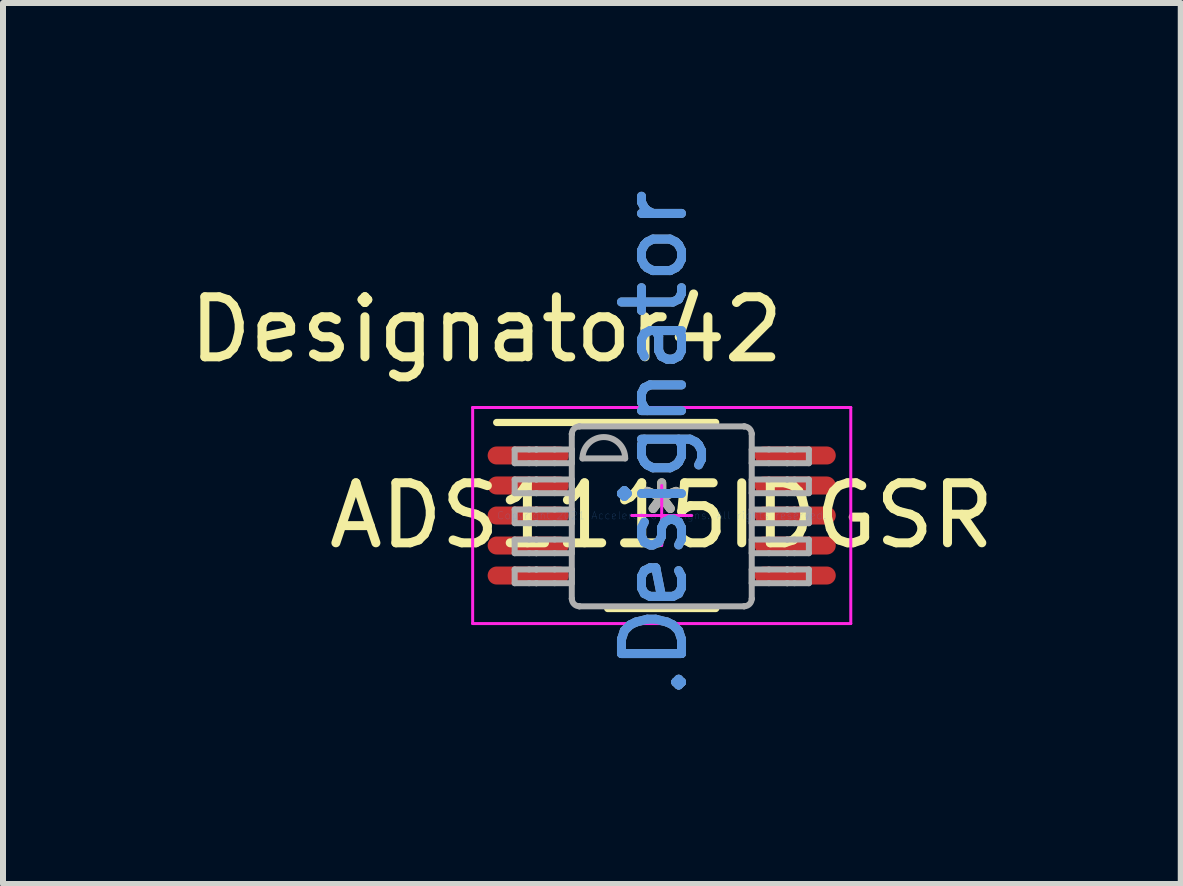
<source format=kicad_pcb>
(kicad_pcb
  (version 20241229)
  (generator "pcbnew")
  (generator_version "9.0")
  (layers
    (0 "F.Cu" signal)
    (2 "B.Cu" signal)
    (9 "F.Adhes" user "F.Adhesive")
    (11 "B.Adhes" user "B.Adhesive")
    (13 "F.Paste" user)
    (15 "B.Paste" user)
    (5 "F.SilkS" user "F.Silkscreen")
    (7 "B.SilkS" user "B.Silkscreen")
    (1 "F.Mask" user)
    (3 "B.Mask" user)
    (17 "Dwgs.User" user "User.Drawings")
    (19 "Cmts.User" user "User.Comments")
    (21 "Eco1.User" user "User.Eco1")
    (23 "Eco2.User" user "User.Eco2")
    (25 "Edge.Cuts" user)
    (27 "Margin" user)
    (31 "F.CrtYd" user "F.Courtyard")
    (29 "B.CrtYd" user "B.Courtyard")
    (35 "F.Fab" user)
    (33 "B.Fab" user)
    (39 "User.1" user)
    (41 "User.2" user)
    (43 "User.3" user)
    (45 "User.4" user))
  (footprint "ADS1115IDGSR"
    (layer "F.Cu")
    (at 7.975 5.539)
    (property "Reference" "ADS1115IDGSR" (at 0 0 0) (layer "F.SilkS") (effects (font (size 1 1) (thickness 0.15))))
    (attr through_hole)
    (fp_line (start -2.75 -1.55) (end 0.9 -1.55) (stroke (width 0.12) (type solid)) (layer "F.SilkS"))
    (fp_line (start -0.9 1.55) (end 0.9 1.55) (stroke (width 0.12) (type solid)) (layer "F.SilkS"))
    (fp_line (start -3.15 -1.8) (end 3.15 -1.8) (stroke (width 0.05) (type solid)) (layer "F.CrtYd"))
    (fp_line (start -3.15 1.8) (end -3.15 -1.8) (stroke (width 0.05) (type solid)) (layer "F.CrtYd"))
    (fp_line (start -3.15 1.8) (end 3.15 1.8) (stroke (width 0.05) (type solid)) (layer "F.CrtYd"))
    (fp_line (start -0.5 0) (end 0.5 0) (stroke (width 0.05) (type solid)) (layer "F.CrtYd"))
    (fp_line (start -0.000003 0.5) (end -0.000003 -0.5) (stroke (width 0.05) (type solid)) (layer "F.CrtYd"))
    (fp_line (start 3.15 1.8) (end 3.15 -1.8) (stroke (width 0.05) (type solid)) (layer "F.CrtYd"))
    (fp_line (start -2.45 -1.1) (end -2.21 -1.1) (stroke (width 0.1) (type solid)) (layer "F.Fab"))
    (fp_line (start -2.45 -0.871) (end -2.45 -1.1) (stroke (width 0.1) (type solid)) (layer "F.Fab"))
    (fp_line (start -2.45 -0.871) (end -2.21 -0.871) (stroke (width 0.1) (type solid)) (layer "F.Fab"))
    (fp_line (start -2.45 -0.6) (end -2.21 -0.6) (stroke (width 0.1) (type solid)) (layer "F.Fab"))
    (fp_line (start -2.45 -0.372) (end -2.45 -0.6) (stroke (width 0.1) (type solid)) (layer "F.Fab"))
    (fp_line (start -2.45 -0.372) (end -2.21 -0.372) (stroke (width 0.1) (type solid)) (layer "F.Fab"))
    (fp_line (start -2.45 -0.1) (end -2.21 -0.1) (stroke (width 0.1) (type solid)) (layer "F.Fab"))
    (fp_line (start -2.45 0.128) (end -2.45 -0.1) (stroke (width 0.1) (type solid)) (layer "F.Fab"))
    (fp_line (start -2.45 0.128) (end -2.21 0.128) (stroke (width 0.1) (type solid)) (layer "F.Fab"))
    (fp_line (start -2.45 0.4) (end -2.21 0.4) (stroke (width 0.1) (type solid)) (layer "F.Fab"))
    (fp_line (start -2.45 0.628) (end -2.45 0.4) (stroke (width 0.1) (type solid)) (layer "F.Fab"))
    (fp_line (start -2.45 0.628) (end -2.21 0.628) (stroke (width 0.1) (type solid)) (layer "F.Fab"))
    (fp_line (start -2.45 0.899) (end -2.21 0.899) (stroke (width 0.1) (type solid)) (layer "F.Fab"))
    (fp_line (start -2.45 1.128) (end -2.45 0.899) (stroke (width 0.1) (type solid)) (layer "F.Fab"))
    (fp_line (start -2.45 1.128) (end -2.21 1.128) (stroke (width 0.1) (type solid)) (layer "F.Fab"))
    (fp_line (start -2.21 -1.1) (end -2.09 -1.1) (stroke (width 0.1) (type solid)) (layer "F.Fab"))
    (fp_line (start -2.21 -0.871) (end -2.09 -0.871) (stroke (width 0.1) (type solid)) (layer "F.Fab"))
    (fp_line (start -2.21 -0.6) (end -2.09 -0.6) (stroke (width 0.1) (type solid)) (layer "F.Fab"))
    (fp_line (start -2.21 -0.372) (end -2.09 -0.372) (stroke (width 0.1) (type solid)) (layer "F.Fab"))
    (fp_line (start -2.21 -0.1) (end -2.09 -0.1) (stroke (width 0.1) (type solid)) (layer "F.Fab"))
    (fp_line (start -2.21 0.128) (end -2.09 0.128) (stroke (width 0.1) (type solid)) (layer "F.Fab"))
    (fp_line (start -2.21 0.4) (end -2.09 0.4) (stroke (width 0.1) (type solid)) (layer "F.Fab"))
    (fp_line (start -2.21 0.628) (end -2.09 0.628) (stroke (width 0.1) (type solid)) (layer "F.Fab"))
    (fp_line (start -2.21 0.899) (end -2.09 0.899) (stroke (width 0.1) (type solid)) (layer "F.Fab"))
    (fp_line (start -2.21 1.128) (end -2.09 1.128) (stroke (width 0.1) (type solid)) (layer "F.Fab"))
    (fp_line (start -2.09 -1.1) (end -2.087 -1.1) (stroke (width 0.1) (type solid)) (layer "F.Fab"))
    (fp_line (start -2.09 -0.871) (end -2.087 -0.871) (stroke (width 0.1) (type solid)) (layer "F.Fab"))
    (fp_line (start -2.09 -0.6) (end -2.087 -0.6) (stroke (width 0.1) (type solid)) (layer "F.Fab"))
    (fp_line (start -2.09 -0.372) (end -2.087 -0.372) (stroke (width 0.1) (type solid)) (layer "F.Fab"))
    (fp_line (start -2.09 -0.1) (end -2.087 -0.1) (stroke (width 0.1) (type solid)) (layer "F.Fab"))
    (fp_line (start -2.09 0.128) (end -2.087 0.128) (stroke (width 0.1) (type solid)) (layer "F.Fab"))
    (fp_line (start -2.09 0.4) (end -2.087 0.4) (stroke (width 0.1) (type solid)) (layer "F.Fab"))
    (fp_line (start -2.09 0.628) (end -2.087 0.628) (stroke (width 0.1) (type solid)) (layer "F.Fab"))
    (fp_line (start -2.09 0.899) (end -2.087 0.899) (stroke (width 0.1) (type solid)) (layer "F.Fab"))
    (fp_line (start -2.09 1.128) (end -2.087 1.128) (stroke (width 0.1) (type solid)) (layer "F.Fab"))
    (fp_line (start -2.087 -1.1) (end -1.784 -1.1) (stroke (width 0.1) (type solid)) (layer "F.Fab"))
    (fp_line (start -2.087 -0.871) (end -1.784 -0.871) (stroke (width 0.1) (type solid)) (layer "F.Fab"))
    (fp_line (start -2.087 -0.6) (end -1.784 -0.6) (stroke (width 0.1) (type solid)) (layer "F.Fab"))
    (fp_line (start -2.087 -0.372) (end -1.784 -0.372) (stroke (width 0.1) (type solid)) (layer "F.Fab"))
    (fp_line (start -2.087 -0.1) (end -1.784 -0.1) (stroke (width 0.1) (type solid)) (layer "F.Fab"))
    (fp_line (start -2.087 0.128) (end -1.784 0.128) (stroke (width 0.1) (type solid)) (layer "F.Fab"))
    (fp_line (start -2.087 0.4) (end -1.784 0.4) (stroke (width 0.1) (type solid)) (layer "F.Fab"))
    (fp_line (start -2.087 0.628) (end -1.784 0.628) (stroke (width 0.1) (type solid)) (layer "F.Fab"))
    (fp_line (start -2.087 0.899) (end -1.784 0.899) (stroke (width 0.1) (type solid)) (layer "F.Fab"))
    (fp_line (start -2.087 1.128) (end -1.784 1.128) (stroke (width 0.1) (type solid)) (layer "F.Fab"))
    (fp_line (start -1.784 -1.1) (end -1.498 -1.1) (stroke (width 0.1) (type solid)) (layer "F.Fab"))
    (fp_line (start -1.784 -0.871) (end -1.498 -0.871) (stroke (width 0.1) (type solid)) (layer "F.Fab"))
    (fp_line (start -1.784 -0.6) (end -1.498 -0.6) (stroke (width 0.1) (type solid)) (layer "F.Fab"))
    (fp_line (start -1.784 -0.372) (end -1.498 -0.372) (stroke (width 0.1) (type solid)) (layer "F.Fab"))
    (fp_line (start -1.784 -0.1) (end -1.498 -0.1) (stroke (width 0.1) (type solid)) (layer "F.Fab"))
    (fp_line (start -1.784 0.128) (end -1.498 0.128) (stroke (width 0.1) (type solid)) (layer "F.Fab"))
    (fp_line (start -1.784 0.4) (end -1.498 0.4) (stroke (width 0.1) (type solid)) (layer "F.Fab"))
    (fp_line (start -1.784 0.628) (end -1.498 0.628) (stroke (width 0.1) (type solid)) (layer "F.Fab"))
    (fp_line (start -1.784 0.899) (end -1.498 0.899) (stroke (width 0.1) (type solid)) (layer "F.Fab"))
    (fp_line (start -1.784 1.128) (end -1.498 1.128) (stroke (width 0.1) (type solid)) (layer "F.Fab"))
    (fp_line (start -1.498 -1.358) (end -1.497 -1.36) (stroke (width 0.1) (type solid)) (layer "F.Fab"))
    (fp_line (start -1.498 -0.871) (end -1.498 -1.1) (stroke (width 0.1) (type solid)) (layer "F.Fab"))
    (fp_line (start -1.498 -0.372) (end -1.498 -0.6) (stroke (width 0.1) (type solid)) (layer "F.Fab"))
    (fp_line (start -1.498 0.128) (end -1.498 -0.1) (stroke (width 0.1) (type solid)) (layer "F.Fab"))
    (fp_line (start -1.498 0.628) (end -1.498 0.4) (stroke (width 0.1) (type solid)) (layer "F.Fab"))
    (fp_line (start -1.498 1.128) (end -1.498 0.899) (stroke (width 0.1) (type solid)) (layer "F.Fab"))
    (fp_line (start -1.498 1.386) (end -1.498 -1.358) (stroke (width 0.1) (type solid)) (layer "F.Fab"))
    (fp_line (start -1.498 1.386) (end -1.497 1.388) (stroke (width 0.1) (type solid)) (layer "F.Fab"))
    (fp_line (start -1.373 -1.485) (end -1.371 -1.485) (stroke (width 0.1) (type solid)) (layer "F.Fab"))
    (fp_line (start -1.373 1.513) (end -1.371 1.513) (stroke (width 0.1) (type solid)) (layer "F.Fab"))
    (fp_line (start -1.371 -1.485) (end 1.373 -1.485) (stroke (width 0.1) (type solid)) (layer "F.Fab"))
    (fp_line (start -1.371 1.513) (end 1.373 1.513) (stroke (width 0.1) (type solid)) (layer "F.Fab"))
    (fp_line (start -1.32 -0.951) (end -0.609 -0.951) (stroke (width 0.1) (type solid)) (layer "F.Fab"))
    (fp_line (start 1.373 -1.485) (end 1.375 -1.485) (stroke (width 0.1) (type solid)) (layer "F.Fab"))
    (fp_line (start 1.373 1.513) (end 1.375 1.513) (stroke (width 0.1) (type solid)) (layer "F.Fab"))
    (fp_line (start 1.5 -1.36) (end 1.5 -1.358) (stroke (width 0.1) (type solid)) (layer "F.Fab"))
    (fp_line (start 1.5 1.388) (end 1.5 1.386) (stroke (width 0.1) (type solid)) (layer "F.Fab"))
    (fp_line (start 1.5 -1.1) (end 1.786 -1.1) (stroke (width 0.1) (type solid)) (layer "F.Fab"))
    (fp_line (start 1.5 -0.871) (end 1.5 -1.1) (stroke (width 0.1) (type solid)) (layer "F.Fab"))
    (fp_line (start 1.5 -0.871) (end 1.786 -0.871) (stroke (width 0.1) (type solid)) (layer "F.Fab"))
    (fp_line (start 1.5 -0.6) (end 1.786 -0.6) (stroke (width 0.1) (type solid)) (layer "F.Fab"))
    (fp_line (start 1.5 -0.372) (end 1.5 -0.6) (stroke (width 0.1) (type solid)) (layer "F.Fab"))
    (fp_line (start 1.5 -0.372) (end 1.786 -0.372) (stroke (width 0.1) (type solid)) (layer "F.Fab"))
    (fp_line (start 1.5 -0.1) (end 1.786 -0.1) (stroke (width 0.1) (type solid)) (layer "F.Fab"))
    (fp_line (start 1.5 0.128) (end 1.5 -0.1) (stroke (width 0.1) (type solid)) (layer "F.Fab"))
    (fp_line (start 1.5 0.128) (end 1.786 0.128) (stroke (width 0.1) (type solid)) (layer "F.Fab"))
    (fp_line (start 1.5 0.4) (end 1.786 0.4) (stroke (width 0.1) (type solid)) (layer "F.Fab"))
    (fp_line (start 1.5 0.628) (end 1.5 0.4) (stroke (width 0.1) (type solid)) (layer "F.Fab"))
    (fp_line (start 1.5 0.628) (end 1.786 0.628) (stroke (width 0.1) (type solid)) (layer "F.Fab"))
    (fp_line (start 1.5 0.899) (end 1.786 0.899) (stroke (width 0.1) (type solid)) (layer "F.Fab"))
    (fp_line (start 1.5 1.128) (end 1.5 0.899) (stroke (width 0.1) (type solid)) (layer "F.Fab"))
    (fp_line (start 1.5 1.128) (end 1.786 1.128) (stroke (width 0.1) (type solid)) (layer "F.Fab"))
    (fp_line (start 1.5 1.386) (end 1.5 -1.358) (stroke (width 0.1) (type solid)) (layer "F.Fab"))
    (fp_line (start 1.786 -1.1) (end 2.089 -1.1) (stroke (width 0.1) (type solid)) (layer "F.Fab"))
    (fp_line (start 1.786 -0.871) (end 2.089 -0.871) (stroke (width 0.1) (type solid)) (layer "F.Fab"))
    (fp_line (start 1.786 -0.6) (end 2.089 -0.6) (stroke (width 0.1) (type solid)) (layer "F.Fab"))
    (fp_line (start 1.786 -0.372) (end 2.089 -0.372) (stroke (width 0.1) (type solid)) (layer "F.Fab"))
    (fp_line (start 1.786 -0.1) (end 2.089 -0.1) (stroke (width 0.1) (type solid)) (layer "F.Fab"))
    (fp_line (start 1.786 0.128) (end 2.089 0.128) (stroke (width 0.1) (type solid)) (layer "F.Fab"))
    (fp_line (start 1.786 0.4) (end 2.089 0.4) (stroke (width 0.1) (type solid)) (layer "F.Fab"))
    (fp_line (start 1.786 0.628) (end 2.089 0.628) (stroke (width 0.1) (type solid)) (layer "F.Fab"))
    (fp_line (start 1.786 0.899) (end 2.089 0.899) (stroke (width 0.1) (type solid)) (layer "F.Fab"))
    (fp_line (start 1.786 1.128) (end 2.089 1.128) (stroke (width 0.1) (type solid)) (layer "F.Fab"))
    (fp_line (start 2.089 -1.1) (end 2.093 -1.1) (stroke (width 0.1) (type solid)) (layer "F.Fab"))
    (fp_line (start 2.089 -0.871) (end 2.093 -0.871) (stroke (width 0.1) (type solid)) (layer "F.Fab"))
    (fp_line (start 2.089 -0.6) (end 2.093 -0.6) (stroke (width 0.1) (type solid)) (layer "F.Fab"))
    (fp_line (start 2.089 -0.372) (end 2.093 -0.372) (stroke (width 0.1) (type solid)) (layer "F.Fab"))
    (fp_line (start 2.089 -0.1) (end 2.093 -0.1) (stroke (width 0.1) (type solid)) (layer "F.Fab"))
    (fp_line (start 2.089 0.128) (end 2.093 0.128) (stroke (width 0.1) (type solid)) (layer "F.Fab"))
    (fp_line (start 2.089 0.4) (end 2.093 0.4) (stroke (width 0.1) (type solid)) (layer "F.Fab"))
    (fp_line (start 2.089 0.628) (end 2.093 0.628) (stroke (width 0.1) (type solid)) (layer "F.Fab"))
    (fp_line (start 2.089 0.899) (end 2.093 0.899) (stroke (width 0.1) (type solid)) (layer "F.Fab"))
    (fp_line (start 2.089 1.128) (end 2.093 1.128) (stroke (width 0.1) (type solid)) (layer "F.Fab"))
    (fp_line (start 2.093 -1.1) (end 2.213 -1.1) (stroke (width 0.1) (type solid)) (layer "F.Fab"))
    (fp_line (start 2.093 -0.871) (end 2.213 -0.871) (stroke (width 0.1) (type solid)) (layer "F.Fab"))
    (fp_line (start 2.093 -0.6) (end 2.213 -0.6) (stroke (width 0.1) (type solid)) (layer "F.Fab"))
    (fp_line (start 2.093 -0.372) (end 2.213 -0.372) (stroke (width 0.1) (type solid)) (layer "F.Fab"))
    (fp_line (start 2.093 -0.1) (end 2.213 -0.1) (stroke (width 0.1) (type solid)) (layer "F.Fab"))
    (fp_line (start 2.093 0.128) (end 2.213 0.128) (stroke (width 0.1) (type solid)) (layer "F.Fab"))
    (fp_line (start 2.093 0.4) (end 2.213 0.4) (stroke (width 0.1) (type solid)) (layer "F.Fab"))
    (fp_line (start 2.093 0.628) (end 2.213 0.628) (stroke (width 0.1) (type solid)) (layer "F.Fab"))
    (fp_line (start 2.093 0.899) (end 2.213 0.899) (stroke (width 0.1) (type solid)) (layer "F.Fab"))
    (fp_line (start 2.093 1.128) (end 2.213 1.128) (stroke (width 0.1) (type solid)) (layer "F.Fab"))
    (fp_line (start 2.213 -1.1) (end 2.452 -1.1) (stroke (width 0.1) (type solid)) (layer "F.Fab"))
    (fp_line (start 2.213 -0.871) (end 2.452 -0.871) (stroke (width 0.1) (type solid)) (layer "F.Fab"))
    (fp_line (start 2.213 -0.6) (end 2.452 -0.6) (stroke (width 0.1) (type solid)) (layer "F.Fab"))
    (fp_line (start 2.213 -0.372) (end 2.452 -0.372) (stroke (width 0.1) (type solid)) (layer "F.Fab"))
    (fp_line (start 2.213 -0.1) (end 2.452 -0.1) (stroke (width 0.1) (type solid)) (layer "F.Fab"))
    (fp_line (start 2.213 0.128) (end 2.452 0.128) (stroke (width 0.1) (type solid)) (layer "F.Fab"))
    (fp_line (start 2.213 0.4) (end 2.452 0.4) (stroke (width 0.1) (type solid)) (layer "F.Fab"))
    (fp_line (start 2.213 0.628) (end 2.452 0.628) (stroke (width 0.1) (type solid)) (layer "F.Fab"))
    (fp_line (start 2.213 0.899) (end 2.452 0.899) (stroke (width 0.1) (type solid)) (layer "F.Fab"))
    (fp_line (start 2.213 1.128) (end 2.452 1.128) (stroke (width 0.1) (type solid)) (layer "F.Fab"))
    (fp_line (start 2.452 -0.871) (end 2.452 -1.1) (stroke (width 0.1) (type solid)) (layer "F.Fab"))
    (fp_line (start 2.452 -0.372) (end 2.452 -0.6) (stroke (width 0.1) (type solid)) (layer "F.Fab"))
    (fp_line (start 2.452 0.128) (end 2.452 -0.1) (stroke (width 0.1) (type solid)) (layer "F.Fab"))
    (fp_line (start 2.452 0.628) (end 2.452 0.4) (stroke (width 0.1) (type solid)) (layer "F.Fab"))
    (fp_line (start 2.452 1.128) (end 2.452 0.899) (stroke (width 0.1) (type solid)) (layer "F.Fab"))
    (fp_arc (start -1.497452 -1.360299) (mid -1.460294 -1.447357) (end -1.373243 -1.484532) (stroke (width 0.1) (type solid)) (layer "F.Fab"))
    (fp_arc (start -1.373244 1.512618) (mid -1.460293 1.475443) (end -1.49745 1.388386) (stroke (width 0.1) (type solid)) (layer "F.Fab"))
    (fp_arc (start -1.3197 -0.951156) (mid -0.9641 -1.306756) (end -0.6085 -0.951156) (stroke (width 0.1) (type solid)) (layer "F.Fab"))
    (fp_arc (start 1.375443 -1.484532) (mid 1.462505 -1.447362) (end 1.499675 -1.360299) (stroke (width 0.1) (type solid)) (layer "F.Fab"))
    (fp_arc (start 1.499675 1.388386) (mid 1.462505 1.475449) (end 1.375443 1.512619) (stroke (width 0.1) (type solid)) (layer "F.Fab"))
    (fp_text user "*" (at 0 0 0) (layer "F.SilkS") (effects (font (size 1 1) (thickness 0.15))))
    (fp_text user "Designator42" (at -2.921 -3.099 0) (layer "F.SilkS") (effects (font (size 1 1) (thickness 0.15))))
    (fp_text user "Copyright 2021 Accelerated Designs. All rights reserved." (at 0 0 0) (layer "Cmts.User") (effects (font (size 0.127 0.127) (thickness 0.002))))
    (fp_text user ".Designator" (at -0.125 -1.2 270) (layer "Cmts.User") (effects (font (size 1 1) (thickness 0.15))))
    (fp_text user ".Designator" (at -0.125 -1.2 270) (layer "F.Fab") (effects (font (size 1 1) (thickness 0.15))))
    (fp_text user "*" (at 0 0 0) (layer "F.Fab") (effects (font (size 1 1) (thickness 0.15))))
    (pad "1" smd oval (at -2.225 -1 90) (size 0.3 1.35) (layers "F.Cu" "F.Mask" "F.Paste"))
    (pad "2" smd oval (at -2.225 -0.5 90) (size 0.3 1.35) (layers "F.Cu" "F.Mask" "F.Paste"))
    (pad "3" smd oval (at -2.225 0 90) (size 0.3 1.35) (layers "F.Cu" "F.Mask" "F.Paste"))
    (pad "4" smd oval (at -2.225 0.5 90) (size 0.3 1.35) (layers "F.Cu" "F.Mask" "F.Paste"))
    (pad "5" smd oval (at -2.225 1 90) (size 0.3 1.35) (layers "F.Cu" "F.Mask" "F.Paste"))
    (pad "6" smd oval (at 2.225 1 90) (size 0.3 1.35) (layers "F.Cu" "F.Mask" "F.Paste"))
    (pad "7" smd oval (at 2.225 0.5 90) (size 0.3 1.35) (layers "F.Cu" "F.Mask" "F.Paste"))
    (pad "8" smd oval (at 2.225 0 90) (size 0.3 1.35) (layers "F.Cu" "F.Mask" "F.Paste"))
    (pad "9" smd oval (at 2.225 -0.5 90) (size 0.3 1.35) (layers "F.Cu" "F.Mask" "F.Paste"))
    (pad "10" smd oval (at 2.225 -1 90) (size 0.3 1.35) (layers "F.Cu" "F.Mask" "F.Paste")))
  (gr_rect
    (start -3 -3)
    (end 16.623 11.679)
    (stroke (width 0.1) (type default))
    (fill no)
    (layer "Edge.Cuts")))
</source>
